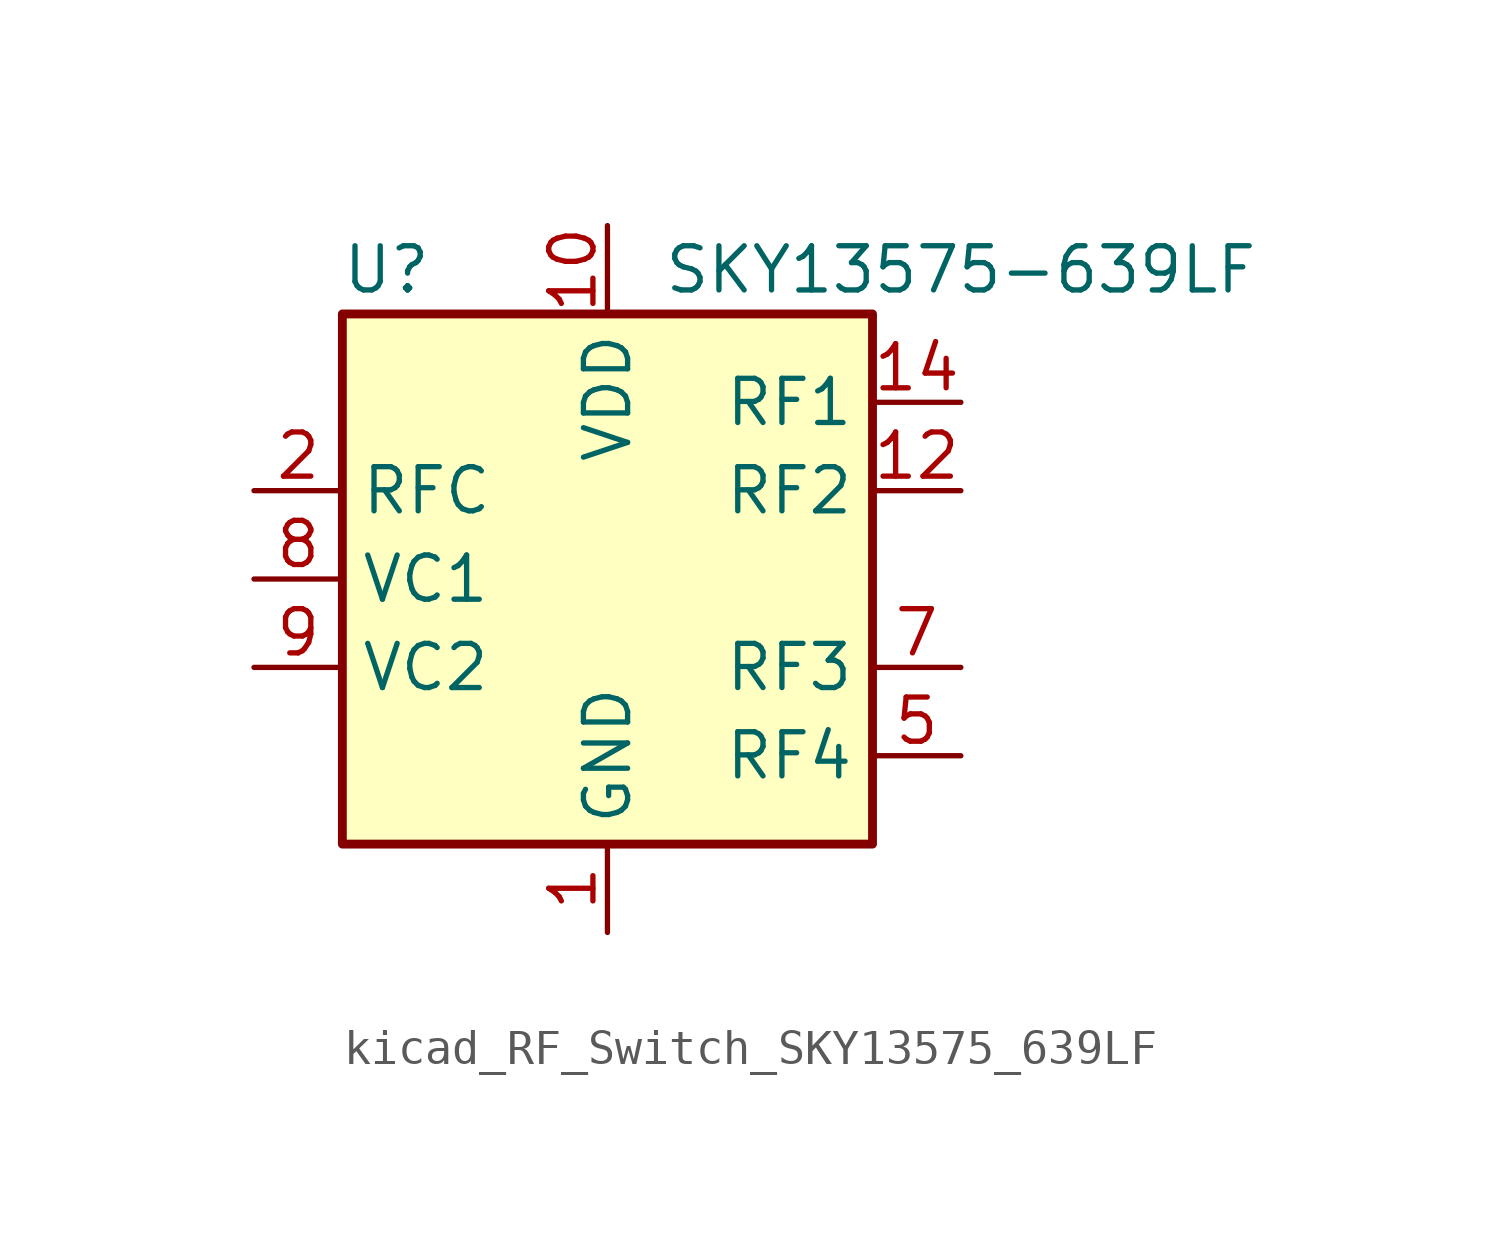
<source format=kicad_sym>
(kicad_symbol_lib
  (version 20220914)
  (generator kicad_symbol_editor)
  (symbol "kicad_RF_Switch_SKY13575_639LF"
    (property "Reference" "U"
      (at -6.35 8.89 0)
      (effects (font (size 1.27 1.27))))
    (property "Value" "SKY13575-639LF"
      (at 10.16 8.89 0)
      (effects (font (size 1.27 1.27))))
    (symbol "kicad_RF_Switch_SKY13575_639LF_0_1"
      (rectangle (start -7.62 7.62) (end 7.62 -7.62) (stroke (width 0.254) (type default)) (fill (type background))))
    (symbol "kicad_RF_Switch_SKY13575_639LF_1_1"
      (pin power_in line (at 0 -10.16 90) (length 2.54) (name "GND" (effects (font (size 1.27 1.27)))) (number "1" (effects (font (size 1.27 1.27)))))
      (pin power_in line (at 0 10.16 270) (length 2.54) (name "VDD" (effects (font (size 1.27 1.27)))) (number "10" (effects (font (size 1.27 1.27)))))
      (pin passive line (at 0 -10.16 90) (length 2.54) hide (name "GND" (effects (font (size 1.27 1.27)))) (number "11" (effects (font (size 1.27 1.27)))))
      (pin passive line (at 10.16 2.54 180) (length 2.54) (name "RF2" (effects (font (size 1.27 1.27)))) (number "12" (effects (font (size 1.27 1.27)))))
      (pin passive line (at 0 -10.16 90) (length 2.54) hide (name "GND" (effects (font (size 1.27 1.27)))) (number "13" (effects (font (size 1.27 1.27)))))
      (pin passive line (at 10.16 5.08 180) (length 2.54) (name "RF1" (effects (font (size 1.27 1.27)))) (number "14" (effects (font (size 1.27 1.27)))))
      (pin passive line (at 0 -10.16 90) (length 2.54) hide (name "GND" (effects (font (size 1.27 1.27)))) (number "15" (effects (font (size 1.27 1.27)))))
      (pin passive line (at -10.16 2.54 0) (length 2.54) (name "RFC" (effects (font (size 1.27 1.27)))) (number "2" (effects (font (size 1.27 1.27)))))
      (pin passive line (at 0 -10.16 90) (length 2.54) hide (name "GND" (effects (font (size 1.27 1.27)))) (number "3" (effects (font (size 1.27 1.27)))))
      (pin passive line (at 0 -10.16 90) (length 2.54) hide (name "GND" (effects (font (size 1.27 1.27)))) (number "4" (effects (font (size 1.27 1.27)))))
      (pin passive line (at 10.16 -5.08 180) (length 2.54) (name "RF4" (effects (font (size 1.27 1.27)))) (number "5" (effects (font (size 1.27 1.27)))))
      (pin passive line (at 0 -10.16 90) (length 2.54) hide (name "GND" (effects (font (size 1.27 1.27)))) (number "6" (effects (font (size 1.27 1.27)))))
      (pin passive line (at 10.16 -2.54 180) (length 2.54) (name "RF3" (effects (font (size 1.27 1.27)))) (number "7" (effects (font (size 1.27 1.27)))))
      (pin input line (at -10.16 0 0) (length 2.54) (name "VC1" (effects (font (size 1.27 1.27)))) (number "8" (effects (font (size 1.27 1.27)))))
      (pin input line (at -10.16 -2.54 0) (length 2.54) (name "VC2" (effects (font (size 1.27 1.27)))) (number "9" (effects (font (size 1.27 1.27))))))))
</source>
